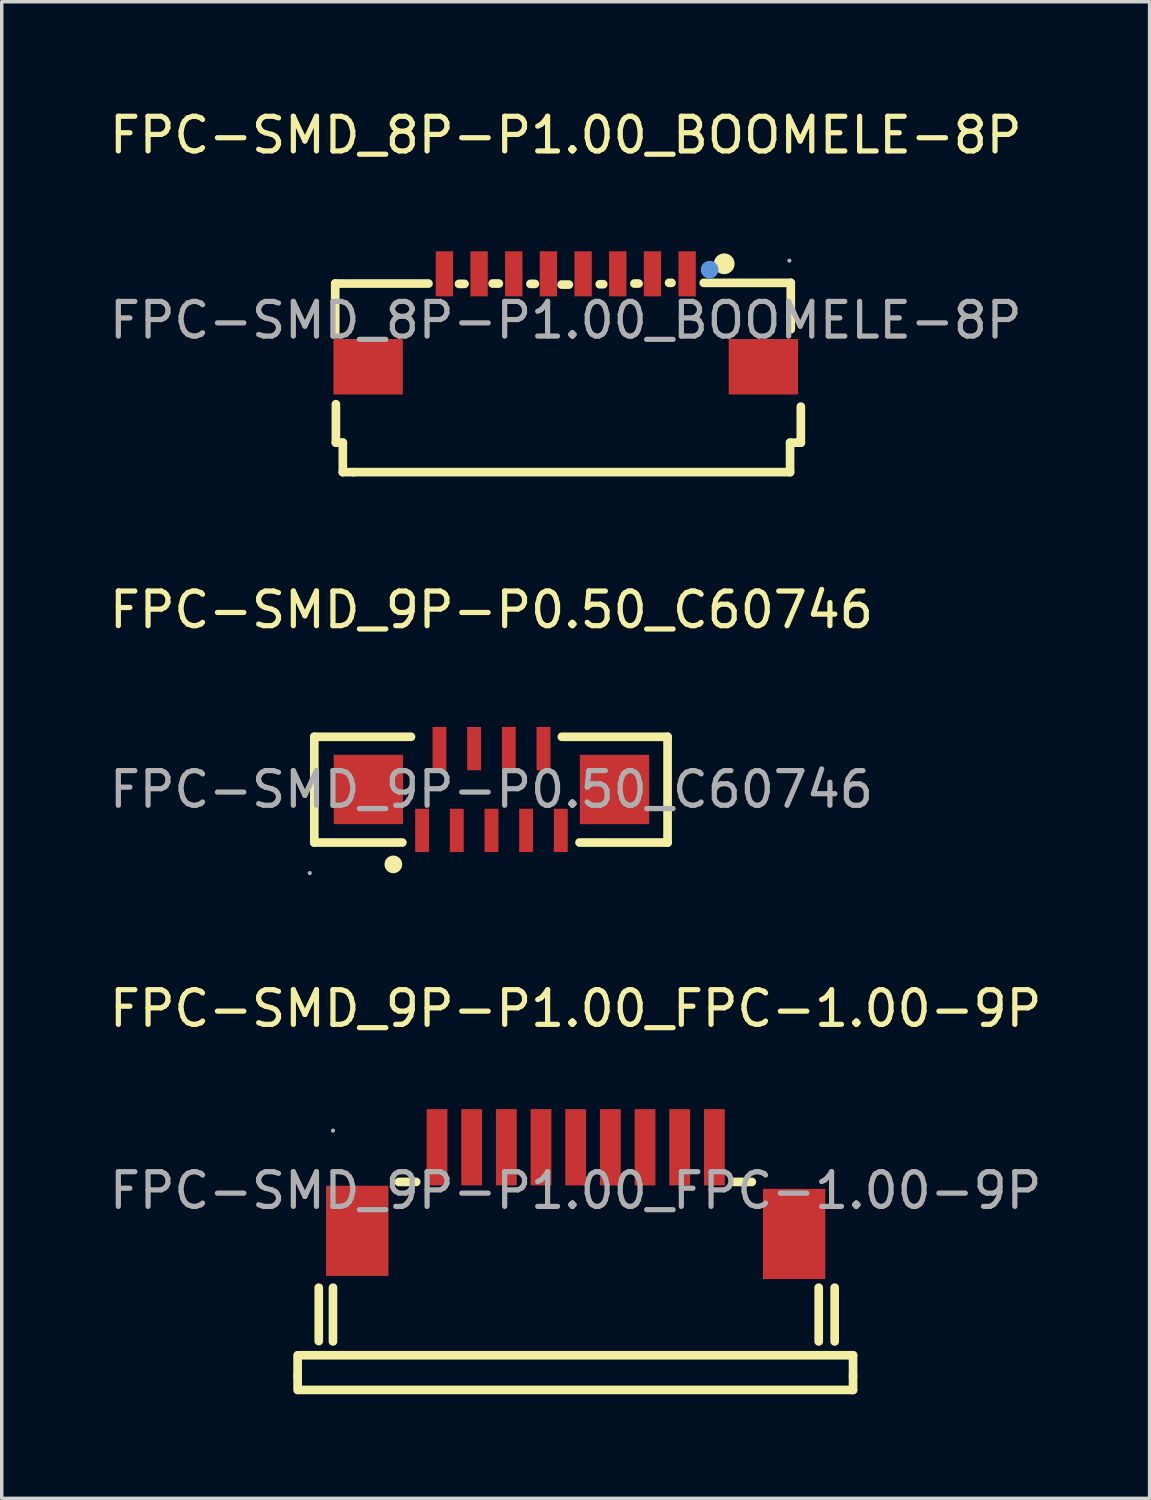
<source format=kicad_pcb>
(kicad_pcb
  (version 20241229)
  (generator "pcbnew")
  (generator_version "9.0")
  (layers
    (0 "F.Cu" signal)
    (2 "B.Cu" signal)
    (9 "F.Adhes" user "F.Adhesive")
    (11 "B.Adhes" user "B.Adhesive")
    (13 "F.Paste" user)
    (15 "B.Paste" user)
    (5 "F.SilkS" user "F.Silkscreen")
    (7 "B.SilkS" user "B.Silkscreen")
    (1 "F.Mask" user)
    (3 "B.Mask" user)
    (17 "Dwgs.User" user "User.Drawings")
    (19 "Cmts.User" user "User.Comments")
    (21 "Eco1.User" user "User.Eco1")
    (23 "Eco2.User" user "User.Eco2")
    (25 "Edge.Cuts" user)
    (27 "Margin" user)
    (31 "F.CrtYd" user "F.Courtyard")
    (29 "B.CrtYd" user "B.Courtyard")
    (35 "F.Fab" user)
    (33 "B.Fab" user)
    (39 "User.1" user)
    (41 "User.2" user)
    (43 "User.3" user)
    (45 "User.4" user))
  (footprint "FPC-SMD_9P-P0.50_C60746"
    (layer "F.Cu")
    (at 11.125 19.721)
    (property "Reference" "FPC-SMD_9P-P0.50_C60746" (at 0 -5.18 0) (layer "F.SilkS") (effects (font (size 1 1) (thickness 0.15))))
    (attr through_hole)
    (fp_line (start -5.11 -1.52) (end -5.11 1.53) (stroke (width 0.25) (type solid)) (layer "F.SilkS"))
    (fp_line (start -5.11 1.53) (end -2.57 1.53) (stroke (width 0.25) (type solid)) (layer "F.SilkS"))
    (fp_line (start -2.32 -1.52) (end -5.11 -1.52) (stroke (width 0.25) (type solid)) (layer "F.SilkS"))
    (fp_line (start 2.03 -1.52) (end 5.08 -1.52) (stroke (width 0.25) (type solid)) (layer "F.SilkS"))
    (fp_line (start 5.08 -1.52) (end 5.08 1.53) (stroke (width 0.25) (type solid)) (layer "F.SilkS"))
    (fp_line (start 5.08 1.53) (end 2.54 1.53) (stroke (width 0.25) (type solid)) (layer "F.SilkS"))
    (fp_circle (center -2.83 2.16) (end -2.7 2.16) (stroke (width 0.25) (type solid)) (fill no) (layer "F.SilkS"))
    (fp_circle (center -5.24 2.41) (end -5.21 2.41) (stroke (width 0.06) (type solid)) (fill no) (layer "F.Fab"))
    (fp_text user "${REFERENCE}" (at 0 0 0) (layer "F.Fab") (effects (font (size 1 1) (thickness 0.15))))
    (pad "1" smd rect (at -2 1.18) (size 0.4 1.25) (layers "F.Cu" "F.Mask" "F.Paste"))
    (pad "2" smd rect (at -1.5 -1.18) (size 0.4 1.25) (layers "F.Cu" "F.Mask" "F.Paste"))
    (pad "3" smd rect (at -1 1.18) (size 0.4 1.25) (layers "F.Cu" "F.Mask" "F.Paste"))
    (pad "4" smd rect (at -0.5 -1.18) (size 0.4 1.25) (layers "F.Cu" "F.Mask" "F.Paste"))
    (pad "5" smd rect (at 0 1.18) (size 0.4 1.25) (layers "F.Cu" "F.Mask" "F.Paste"))
    (pad "6" smd rect (at 0.5 -1.18) (size 0.4 1.25) (layers "F.Cu" "F.Mask" "F.Paste"))
    (pad "7" smd rect (at 1 1.18) (size 0.4 1.25) (layers "F.Cu" "F.Mask" "F.Paste"))
    (pad "8" smd rect (at 1.5 -1.18) (size 0.4 1.25) (layers "F.Cu" "F.Mask" "F.Paste"))
    (pad "9" smd rect (at 2 1.18) (size 0.4 1.25) (layers "F.Cu" "F.Mask" "F.Paste"))
    (pad "10" smd rect (at 3.55 0) (size 2 2) (layers "F.Cu" "F.Mask" "F.Paste"))
    (pad "11" smd rect (at -3.55 0) (size 2 2) (layers "F.Cu" "F.Mask" "F.Paste")))
  (footprint "FPC-SMD_8P-P1.00_BOOMELE-8P"
    (layer "F.Cu")
    (at 13.268 6.188)
    (property "Reference" "FPC-SMD_8P-P1.00_BOOMELE-8P" (at 0 -5.34 0) (layer "F.SilkS") (effects (font (size 1 1) (thickness 0.15))))
    (attr through_hole)
    (fp_line (start -6.65 -1.06) (end -3.96 -1.06) (stroke (width 0.25) (type solid)) (layer "F.SilkS"))
    (fp_line (start -6.65 0.36) (end -6.65 -1.06) (stroke (width 0.25) (type solid)) (layer "F.SilkS"))
    (fp_line (start -6.63 3.53) (end -6.63 2.42) (stroke (width 0.25) (type solid)) (layer "F.SilkS"))
    (fp_line (start -6.43 3.53) (end -6.63 3.53) (stroke (width 0.25) (type solid)) (layer "F.SilkS"))
    (fp_line (start -6.43 4.38) (end -6.43 3.53) (stroke (width 0.25) (type solid)) (layer "F.SilkS"))
    (fp_line (start -6.12 4.38) (end -6.43 4.38) (stroke (width 0.25) (type solid)) (layer "F.SilkS"))
    (fp_line (start -3.08 -1.05) (end -2.92 -1.05) (stroke (width 0.25) (type solid)) (layer "F.SilkS"))
    (fp_line (start -2.11 -1.06) (end -1.93 -1.06) (stroke (width 0.25) (type solid)) (layer "F.SilkS"))
    (fp_line (start -1.02 -1.05) (end -0.89 -1.05) (stroke (width 0.25) (type solid)) (layer "F.SilkS"))
    (fp_line (start -0.12 -1.03) (end 0.09 -1.03) (stroke (width 0.25) (type solid)) (layer "F.SilkS"))
    (fp_line (start 0.98 -1.04) (end 1.08 -1.04) (stroke (width 0.25) (type solid)) (layer "F.SilkS"))
    (fp_line (start 1.98 -1.06) (end 2.1 -1.06) (stroke (width 0.25) (type solid)) (layer "F.SilkS"))
    (fp_line (start 2.98 -1.08) (end 3.05 -1.08) (stroke (width 0.25) (type solid)) (layer "F.SilkS"))
    (fp_line (start 3.98 -1.08) (end 6.49 -1.08) (stroke (width 0.25) (type solid)) (layer "F.SilkS"))
    (fp_line (start 6.47 3.53) (end 6.47 4.38) (stroke (width 0.25) (type solid)) (layer "F.SilkS"))
    (fp_line (start 6.47 4.38) (end -6.12 4.38) (stroke (width 0.25) (type solid)) (layer "F.SilkS"))
    (fp_line (start 6.49 -1.08) (end 6.49 0.26) (stroke (width 0.25) (type solid)) (layer "F.SilkS"))
    (fp_line (start 6.78 2.49) (end 6.78 3.53) (stroke (width 0.25) (type solid)) (layer "F.SilkS"))
    (fp_line (start 6.78 3.53) (end 6.47 3.53) (stroke (width 0.25) (type solid)) (layer "F.SilkS"))
    (fp_arc (start 4.42 -1.63) (mid 4.719917 -1.634999) (end 4.420333 -1.620007) (stroke (width 0.3) (type solid)) (layer "F.SilkS"))
    (fp_circle (center 4.15 -1.46) (end 4.28 -1.46) (stroke (width 0.25) (type solid)) (fill no) (layer "Cmts.User"))
    (fp_circle (center 6.45 -1.72) (end 6.48 -1.72) (stroke (width 0.06) (type solid)) (fill no) (layer "F.Fab"))
    (fp_text user "${REFERENCE}" (at 0 0 0) (layer "F.Fab") (effects (font (size 1 1) (thickness 0.15))))
    (pad "1" smd rect (at 3.5 -1.34) (size 0.5 1.3) (layers "F.Cu" "F.Mask" "F.Paste"))
    (pad "2" smd rect (at 2.5 -1.34) (size 0.5 1.3) (layers "F.Cu" "F.Mask" "F.Paste"))
    (pad "3" smd rect (at 1.5 -1.34) (size 0.5 1.3) (layers "F.Cu" "F.Mask" "F.Paste"))
    (pad "4" smd rect (at 0.5 -1.34) (size 0.5 1.3) (layers "F.Cu" "F.Mask" "F.Paste"))
    (pad "5" smd rect (at -0.5 -1.34) (size 0.5 1.3) (layers "F.Cu" "F.Mask" "F.Paste"))
    (pad "6" smd rect (at -1.5 -1.34) (size 0.5 1.3) (layers "F.Cu" "F.Mask" "F.Paste"))
    (pad "7" smd rect (at -2.5 -1.34) (size 0.5 1.3) (layers "F.Cu" "F.Mask" "F.Paste"))
    (pad "8" smd rect (at -3.5 -1.34) (size 0.5 1.3) (layers "F.Cu" "F.Mask" "F.Paste"))
    (pad "9" smd rect (at -5.7 1.34) (size 2 1.6) (layers "F.Cu" "F.Mask" "F.Paste"))
    (pad "10" smd rect (at 5.7 1.34) (size 2 1.6) (layers "F.Cu" "F.Mask" "F.Paste")))
  (footprint "FPC-SMD_9P-P1.00_FPC-1.00-9P"
    (layer "F.Cu")
    (at 13.554 31.29)
    (property "Reference" "FPC-SMD_9P-P1.00_FPC-1.00-9P" (at 0 -5.25 0) (layer "F.SilkS") (effects (font (size 1 1) (thickness 0.15))))
    (attr through_hole)
    (fp_line (start -8.02 5.34) (end -8.02 4.75) (stroke (width 0.25) (type solid)) (layer "F.SilkS"))
    (fp_line (start -8.02 5.34) (end -8.02 5.75) (stroke (width 0.25) (type solid)) (layer "F.SilkS"))
    (fp_line (start -8 4.75) (end 8 4.75) (stroke (width 0.25) (type solid)) (layer "F.SilkS"))
    (fp_line (start -8 5.75) (end 8 5.75) (stroke (width 0.25) (type solid)) (layer "F.SilkS"))
    (fp_line (start -7.41 4.34) (end -7.41 2.8) (stroke (width 0.25) (type solid)) (layer "F.SilkS"))
    (fp_line (start -7 4.35) (end -7 2.8) (stroke (width 0.25) (type solid)) (layer "F.SilkS"))
    (fp_line (start -5.1 -0.25) (end -4.6 -0.25) (stroke (width 0.25) (type solid)) (layer "F.SilkS"))
    (fp_line (start 4.58 -0.25) (end 5.08 -0.25) (stroke (width 0.25) (type solid)) (layer "F.SilkS"))
    (fp_line (start 7.01 4.35) (end 7.01 2.8) (stroke (width 0.25) (type solid)) (layer "F.SilkS"))
    (fp_line (start 7.47 4.35) (end 7.47 2.8) (stroke (width 0.25) (type solid)) (layer "F.SilkS"))
    (fp_line (start 8 5.35) (end 8 4.75) (stroke (width 0.25) (type solid)) (layer "F.SilkS"))
    (fp_line (start 8 5.35) (end 8 5.75) (stroke (width 0.25) (type solid)) (layer "F.SilkS"))
    (fp_circle (center -7 -1.73) (end -6.97 -1.73) (stroke (width 0.06) (type solid)) (fill no) (layer "F.Fab"))
    (fp_text user "${REFERENCE}" (at 0 0 0) (layer "F.Fab") (effects (font (size 1 1) (thickness 0.15))))
    (pad "1" smd rect (at -4 -1.25) (size 0.6 2.2) (layers "F.Cu" "F.Mask" "F.Paste"))
    (pad "2" smd rect (at -3 -1.25) (size 0.6 2.2) (layers "F.Cu" "F.Mask" "F.Paste"))
    (pad "3" smd rect (at -2 -1.25) (size 0.6 2.2) (layers "F.Cu" "F.Mask" "F.Paste"))
    (pad "4" smd rect (at -1 -1.25) (size 0.6 2.2) (layers "F.Cu" "F.Mask" "F.Paste"))
    (pad "5" smd rect (at 0 -1.25) (size 0.6 2.2) (layers "F.Cu" "F.Mask" "F.Paste"))
    (pad "6" smd rect (at 1 -1.25) (size 0.6 2.2) (layers "F.Cu" "F.Mask" "F.Paste"))
    (pad "7" smd rect (at 2 -1.25) (size 0.6 2.2) (layers "F.Cu" "F.Mask" "F.Paste"))
    (pad "8" smd rect (at 3 -1.25) (size 0.6 2.2) (layers "F.Cu" "F.Mask" "F.Paste"))
    (pad "9" smd rect (at 4 -1.25) (size 0.6 2.2) (layers "F.Cu" "F.Mask" "F.Paste"))
    (pad "10" smd rect (at -6.3 1.16) (size 1.8 2.6) (layers "F.Cu" "F.Mask" "F.Paste"))
    (pad "11" smd rect (at 6.3 1.25) (size 1.8 2.6) (layers "F.Cu" "F.Mask" "F.Paste")))
  (gr_rect
    (start -3 -3)
    (end 30.107 40.165)
    (stroke (width 0.1) (type default))
    (fill no)
    (layer "Edge.Cuts")))
</source>
